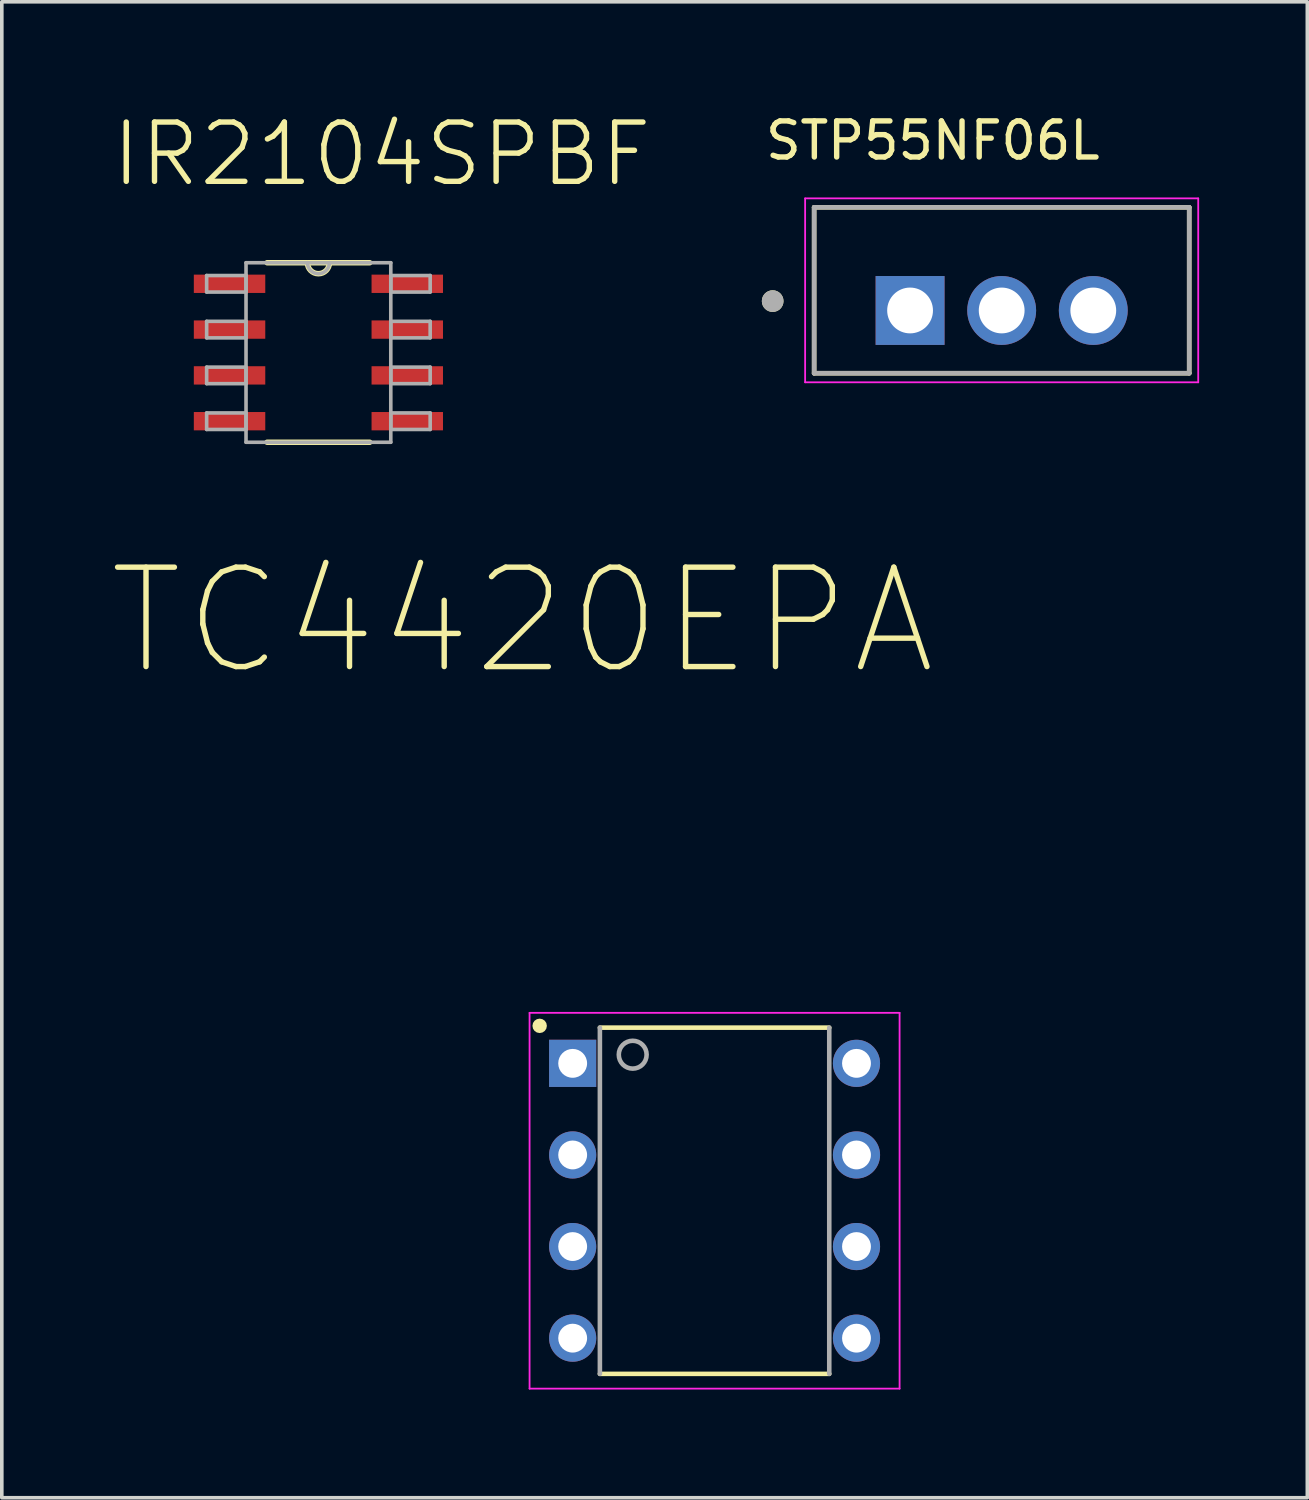
<source format=kicad_pcb>
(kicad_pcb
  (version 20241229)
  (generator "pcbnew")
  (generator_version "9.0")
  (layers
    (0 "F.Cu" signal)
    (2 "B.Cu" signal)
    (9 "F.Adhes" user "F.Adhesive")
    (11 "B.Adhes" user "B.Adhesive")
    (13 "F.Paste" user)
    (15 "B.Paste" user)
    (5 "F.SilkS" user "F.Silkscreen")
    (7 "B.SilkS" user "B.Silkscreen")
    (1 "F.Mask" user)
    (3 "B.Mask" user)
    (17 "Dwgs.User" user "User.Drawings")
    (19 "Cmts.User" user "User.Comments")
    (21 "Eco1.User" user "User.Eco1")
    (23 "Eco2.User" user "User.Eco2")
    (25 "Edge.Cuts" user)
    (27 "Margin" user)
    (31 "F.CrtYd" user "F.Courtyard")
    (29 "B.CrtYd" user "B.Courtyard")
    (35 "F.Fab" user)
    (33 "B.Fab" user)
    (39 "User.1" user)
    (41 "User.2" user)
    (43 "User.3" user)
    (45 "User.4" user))
  (footprint "TC4420EPA"
    (layer "F.Cu")
    (at 16.764 30.245)
    (property "Reference" "TC4420EPA" (at -5.332 -16.08 0) (layer "F.SilkS") (effects (font (size 2.756 2.756) (thickness 0.15))))
    (attr through_hole)
    (fp_line (start -3.18 -4.8) (end 3.18 -4.8) (stroke (width 0.127) (type solid)) (layer "F.SilkS"))
    (fp_line (start 3.18 4.8) (end -3.18 4.8) (stroke (width 0.127) (type solid)) (layer "F.SilkS"))
    (fp_circle (center -4.85 -4.85) (end -4.75 -4.85) (stroke (width 0.2) (type solid)) (fill no) (layer "F.SilkS"))
    (fp_line (start -5.13 -5.21) (end -5.13 5.21) (stroke (width 0.05) (type solid)) (layer "F.CrtYd"))
    (fp_line (start -5.13 5.21) (end 5.13 5.21) (stroke (width 0.05) (type solid)) (layer "F.CrtYd"))
    (fp_line (start 5.13 -5.21) (end -5.13 -5.21) (stroke (width 0.05) (type solid)) (layer "F.CrtYd"))
    (fp_line (start 5.13 5.21) (end 5.13 -5.21) (stroke (width 0.05) (type solid)) (layer "F.CrtYd"))
    (fp_line (start -3.18 4.8) (end -3.18 -4.8) (stroke (width 0.127) (type solid)) (layer "F.Fab"))
    (fp_line (start 3.18 -4.8) (end 3.18 4.8) (stroke (width 0.127) (type solid)) (layer "F.Fab"))
    (fp_circle (center -2.27 -4.05) (end -1.884 -4.05) (stroke (width 0.127) (type solid)) (fill no) (layer "F.Fab"))
    (pad "1" thru_hole rect (at -3.935 -3.81) (size 1.308 1.308) (drill 0.8) (layers "*.Cu" "*.Mask"))
    (pad "2" thru_hole circle (at -3.935 -1.27) (size 1.308 1.308) (drill 0.8) (layers "*.Cu" "*.Mask"))
    (pad "3" thru_hole circle (at -3.935 1.27) (size 1.308 1.308) (drill 0.8) (layers "*.Cu" "*.Mask"))
    (pad "4" thru_hole circle (at -3.935 3.81) (size 1.308 1.308) (drill 0.8) (layers "*.Cu" "*.Mask"))
    (pad "5" thru_hole circle (at 3.935 3.81) (size 1.308 1.308) (drill 0.8) (layers "*.Cu" "*.Mask"))
    (pad "6" thru_hole circle (at 3.935 1.27) (size 1.308 1.308) (drill 0.8) (layers "*.Cu" "*.Mask"))
    (pad "7" thru_hole circle (at 3.935 -1.27) (size 1.308 1.308) (drill 0.8) (layers "*.Cu" "*.Mask"))
    (pad "8" thru_hole circle (at 3.935 -3.81) (size 1.308 1.308) (drill 0.8) (layers "*.Cu" "*.Mask")))
  (footprint "IR2104SPBF"
    (layer "F.Cu")
    (at 5.779 6.724)
    (property "Reference" "IR2104SPBF" (at 1.757 -5.499 0) (layer "F.SilkS") (effects (font (size 1.644 1.644) (thickness 0.15))))
    (attr smd)
    (fp_line (start -1.422 2.489) (end 1.422 2.489) (stroke (width 0.152) (type solid)) (layer "F.SilkS"))
    (fp_line (start -0.305 -2.489) (end -1.422 -2.489) (stroke (width 0.152) (type solid)) (layer "F.SilkS"))
    (fp_line (start 0.305 -2.489) (end -0.305 -2.489) (stroke (width 0.152) (type solid)) (layer "F.SilkS"))
    (fp_line (start 1.422 -2.489) (end 0.305 -2.489) (stroke (width 0.152) (type solid)) (layer "F.SilkS"))
    (fp_arc (start 0.3048 -2.4892) (mid 0 -2.1844) (end -0.3048 -2.4892) (stroke (width 0.1524) (type solid)) (layer "F.SilkS"))
    (fp_line (start -3.099 -2.134) (end -3.099 -1.676) (stroke (width 0.1) (type solid)) (layer "F.Fab"))
    (fp_line (start -3.099 -1.676) (end -2.007 -1.676) (stroke (width 0.1) (type solid)) (layer "F.Fab"))
    (fp_line (start -3.099 -0.864) (end -3.099 -0.406) (stroke (width 0.1) (type solid)) (layer "F.Fab"))
    (fp_line (start -3.099 -0.406) (end -2.007 -0.406) (stroke (width 0.1) (type solid)) (layer "F.Fab"))
    (fp_line (start -3.099 0.406) (end -3.099 0.864) (stroke (width 0.1) (type solid)) (layer "F.Fab"))
    (fp_line (start -3.099 0.864) (end -2.007 0.864) (stroke (width 0.1) (type solid)) (layer "F.Fab"))
    (fp_line (start -3.099 1.676) (end -3.099 2.134) (stroke (width 0.1) (type solid)) (layer "F.Fab"))
    (fp_line (start -3.099 2.134) (end -2.007 2.134) (stroke (width 0.1) (type solid)) (layer "F.Fab"))
    (fp_line (start -2.007 -2.489) (end -2.007 2.489) (stroke (width 0.1) (type solid)) (layer "F.Fab"))
    (fp_line (start -2.007 -2.134) (end -3.099 -2.134) (stroke (width 0.1) (type solid)) (layer "F.Fab"))
    (fp_line (start -2.007 -1.676) (end -2.007 -2.134) (stroke (width 0.1) (type solid)) (layer "F.Fab"))
    (fp_line (start -2.007 -0.864) (end -3.099 -0.864) (stroke (width 0.1) (type solid)) (layer "F.Fab"))
    (fp_line (start -2.007 -0.406) (end -2.007 -0.864) (stroke (width 0.1) (type solid)) (layer "F.Fab"))
    (fp_line (start -2.007 0.406) (end -3.099 0.406) (stroke (width 0.1) (type solid)) (layer "F.Fab"))
    (fp_line (start -2.007 0.864) (end -2.007 0.406) (stroke (width 0.1) (type solid)) (layer "F.Fab"))
    (fp_line (start -2.007 1.676) (end -3.099 1.676) (stroke (width 0.1) (type solid)) (layer "F.Fab"))
    (fp_line (start -2.007 2.134) (end -2.007 1.676) (stroke (width 0.1) (type solid)) (layer "F.Fab"))
    (fp_line (start -2.007 2.489) (end 2.007 2.489) (stroke (width 0.1) (type solid)) (layer "F.Fab"))
    (fp_line (start -0.305 -2.489) (end -2.007 -2.489) (stroke (width 0.1) (type solid)) (layer "F.Fab"))
    (fp_line (start 0.305 -2.489) (end -0.305 -2.489) (stroke (width 0.1) (type solid)) (layer "F.Fab"))
    (fp_line (start 2.007 -2.489) (end 0.305 -2.489) (stroke (width 0.1) (type solid)) (layer "F.Fab"))
    (fp_line (start 2.007 -2.134) (end 2.007 -1.676) (stroke (width 0.1) (type solid)) (layer "F.Fab"))
    (fp_line (start 2.007 -1.676) (end 3.099 -1.676) (stroke (width 0.1) (type solid)) (layer "F.Fab"))
    (fp_line (start 2.007 -0.864) (end 2.007 -0.406) (stroke (width 0.1) (type solid)) (layer "F.Fab"))
    (fp_line (start 2.007 -0.406) (end 3.099 -0.406) (stroke (width 0.1) (type solid)) (layer "F.Fab"))
    (fp_line (start 2.007 0.406) (end 2.007 0.864) (stroke (width 0.1) (type solid)) (layer "F.Fab"))
    (fp_line (start 2.007 0.864) (end 3.099 0.864) (stroke (width 0.1) (type solid)) (layer "F.Fab"))
    (fp_line (start 2.007 1.676) (end 2.007 2.134) (stroke (width 0.1) (type solid)) (layer "F.Fab"))
    (fp_line (start 2.007 2.134) (end 3.099 2.134) (stroke (width 0.1) (type solid)) (layer "F.Fab"))
    (fp_line (start 2.007 2.489) (end 2.007 -2.489) (stroke (width 0.1) (type solid)) (layer "F.Fab"))
    (fp_line (start 3.099 -2.134) (end 2.007 -2.134) (stroke (width 0.1) (type solid)) (layer "F.Fab"))
    (fp_line (start 3.099 -1.676) (end 3.099 -2.134) (stroke (width 0.1) (type solid)) (layer "F.Fab"))
    (fp_line (start 3.099 -0.864) (end 2.007 -0.864) (stroke (width 0.1) (type solid)) (layer "F.Fab"))
    (fp_line (start 3.099 -0.406) (end 3.099 -0.864) (stroke (width 0.1) (type solid)) (layer "F.Fab"))
    (fp_line (start 3.099 0.406) (end 2.007 0.406) (stroke (width 0.1) (type solid)) (layer "F.Fab"))
    (fp_line (start 3.099 0.864) (end 3.099 0.406) (stroke (width 0.1) (type solid)) (layer "F.Fab"))
    (fp_line (start 3.099 1.676) (end 2.007 1.676) (stroke (width 0.1) (type solid)) (layer "F.Fab"))
    (fp_line (start 3.099 2.134) (end 3.099 1.676) (stroke (width 0.1) (type solid)) (layer "F.Fab"))
    (fp_arc (start 0.3048 -2.4892) (mid 0 -2.1844) (end -0.3048 -2.4892) (stroke (width 0.1) (type solid)) (layer "F.Fab"))
    (pad "1" smd rect (at -2.464 -1.905) (size 1.981 0.508) (layers "F.Cu" "F.Mask" "F.Paste"))
    (pad "2" smd rect (at -2.464 -0.635) (size 1.981 0.508) (layers "F.Cu" "F.Mask" "F.Paste"))
    (pad "3" smd rect (at -2.464 0.635) (size 1.981 0.508) (layers "F.Cu" "F.Mask" "F.Paste"))
    (pad "4" smd rect (at -2.464 1.905) (size 1.981 0.508) (layers "F.Cu" "F.Mask" "F.Paste"))
    (pad "5" smd rect (at 2.464 1.905) (size 1.981 0.508) (layers "F.Cu" "F.Mask" "F.Paste"))
    (pad "6" smd rect (at 2.464 0.635) (size 1.981 0.508) (layers "F.Cu" "F.Mask" "F.Paste"))
    (pad "7" smd rect (at 2.464 -0.635) (size 1.981 0.508) (layers "F.Cu" "F.Mask" "F.Paste"))
    (pad "8" smd rect (at 2.464 -1.905) (size 1.981 0.508) (layers "F.Cu" "F.Mask" "F.Paste")))
  (footprint "STP55NF06L"
    (layer "F.Cu")
    (at 22.185 5.559)
    (property "Reference" "STP55NF06L" (at 0.631 -4.711 0) (layer "F.SilkS") (effects (font (size 1 1) (thickness 0.15))))
    (attr through_hole)
    (fp_line (start -2.66 -2.86) (end 7.74 -2.86) (stroke (width 0.127) (type solid)) (layer "F.SilkS"))
    (fp_line (start -2.66 1.74) (end -2.66 -2.86) (stroke (width 0.127) (type solid)) (layer "F.SilkS"))
    (fp_line (start 7.74 -2.86) (end 7.74 1.74) (stroke (width 0.127) (type solid)) (layer "F.SilkS"))
    (fp_line (start 7.74 1.74) (end -2.66 1.74) (stroke (width 0.127) (type solid)) (layer "F.SilkS"))
    (fp_circle (center -3.81 -0.26) (end -3.66 -0.26) (stroke (width 0.3) (type solid)) (fill no) (layer "F.SilkS"))
    (fp_line (start -2.91 -3.108) (end 7.99 -3.108) (stroke (width 0.05) (type solid)) (layer "F.CrtYd"))
    (fp_line (start -2.91 1.992) (end -2.91 -3.108) (stroke (width 0.05) (type solid)) (layer "F.CrtYd"))
    (fp_line (start 7.99 -3.108) (end 7.99 1.992) (stroke (width 0.05) (type solid)) (layer "F.CrtYd"))
    (fp_line (start 7.99 1.992) (end -2.91 1.992) (stroke (width 0.05) (type solid)) (layer "F.CrtYd"))
    (fp_line (start -2.66 -2.86) (end 7.74 -2.86) (stroke (width 0.127) (type solid)) (layer "F.Fab"))
    (fp_line (start -2.66 1.74) (end -2.66 -2.86) (stroke (width 0.127) (type solid)) (layer "F.Fab"))
    (fp_line (start 7.74 -2.86) (end 7.74 1.74) (stroke (width 0.127) (type solid)) (layer "F.Fab"))
    (fp_line (start 7.74 1.74) (end -2.66 1.74) (stroke (width 0.127) (type solid)) (layer "F.Fab"))
    (fp_circle (center -3.81 -0.26) (end -3.66 -0.26) (stroke (width 0.3) (type solid)) (fill no) (layer "F.Fab"))
    (pad "1" thru_hole rect (at 0 0) (size 1.91 1.91) (drill 1.27) (layers "*.Cu" "*.Mask"))
    (pad "2" thru_hole circle (at 2.54 0) (size 1.91 1.91) (drill 1.27) (layers "*.Cu" "*.Mask"))
    (pad "3" thru_hole circle (at 5.08 0) (size 1.91 1.91) (drill 1.27) (layers "*.Cu" "*.Mask")))
  (gr_rect
    (start -3 -3)
    (end 33.2 38.48)
    (stroke (width 0.1) (type default))
    (fill no)
    (layer "Edge.Cuts")))
</source>
